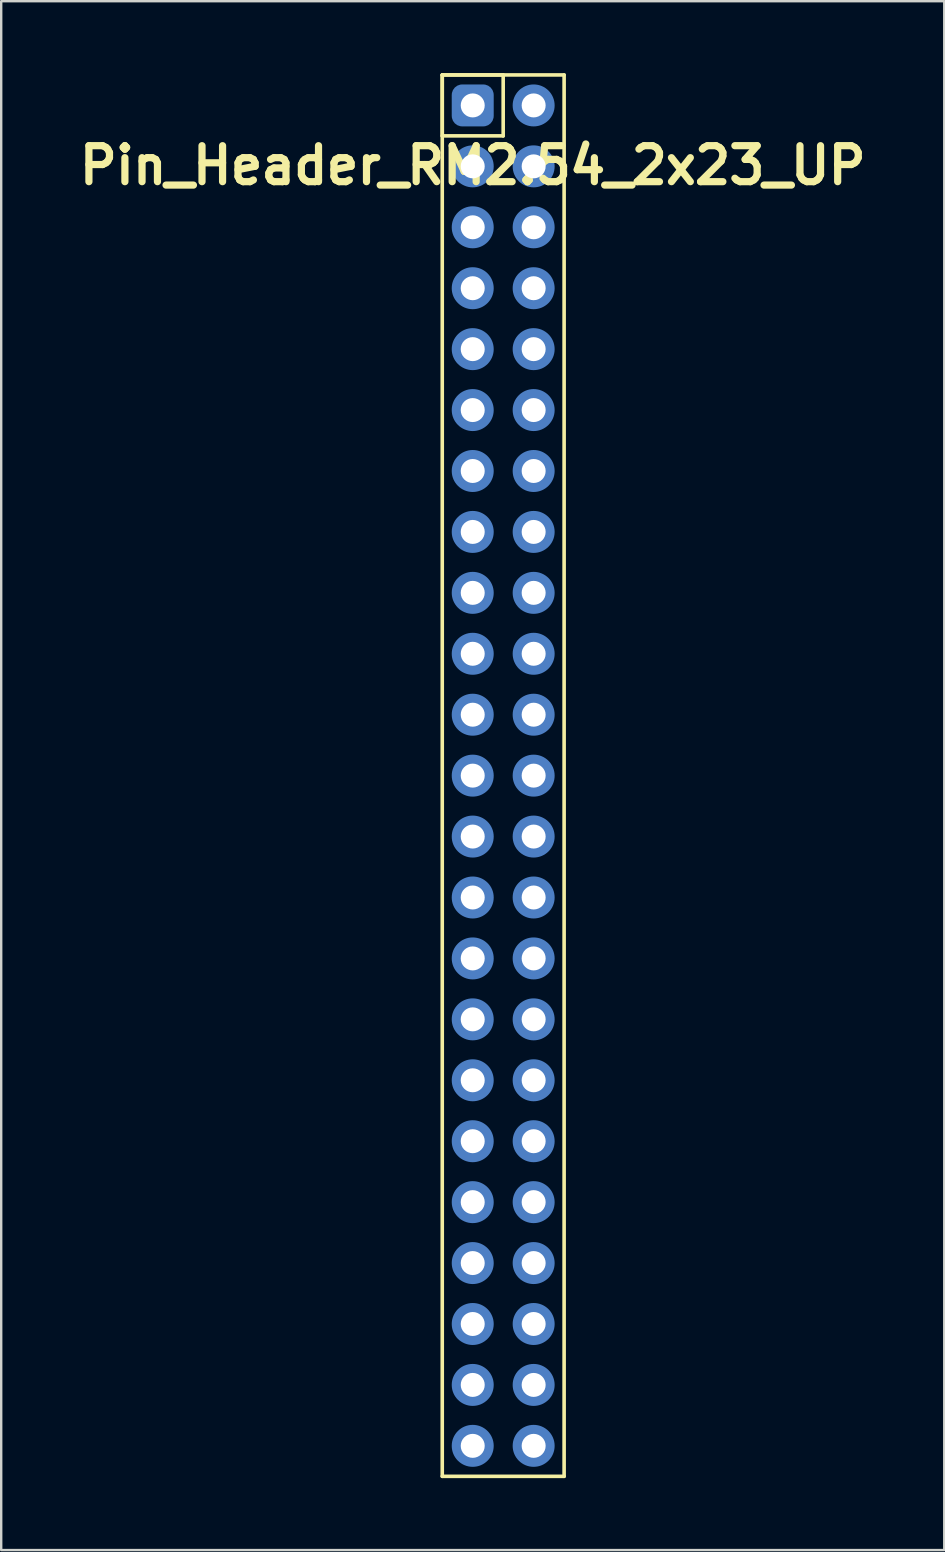
<source format=kicad_pcb>
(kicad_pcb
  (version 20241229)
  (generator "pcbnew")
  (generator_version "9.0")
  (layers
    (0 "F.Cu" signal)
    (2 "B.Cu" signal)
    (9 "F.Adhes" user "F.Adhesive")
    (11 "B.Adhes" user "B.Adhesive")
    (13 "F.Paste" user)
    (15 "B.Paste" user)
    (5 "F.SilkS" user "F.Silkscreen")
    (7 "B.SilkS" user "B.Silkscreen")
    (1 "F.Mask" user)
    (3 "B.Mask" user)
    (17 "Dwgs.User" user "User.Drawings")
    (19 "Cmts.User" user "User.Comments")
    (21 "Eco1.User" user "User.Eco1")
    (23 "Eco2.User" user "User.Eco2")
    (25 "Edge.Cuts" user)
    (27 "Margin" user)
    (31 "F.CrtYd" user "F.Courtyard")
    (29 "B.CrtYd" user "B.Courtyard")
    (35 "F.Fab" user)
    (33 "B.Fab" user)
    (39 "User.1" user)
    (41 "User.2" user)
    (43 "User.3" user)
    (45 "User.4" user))
  (footprint "Pin_Header_RM2.54_2x23_UP"
    (layer "F.Cu")
    (at 16.657 1.345)
    (property "Reference" "Pin_Header_RM2.54_2x23_UP" (at 0 2.5 0) (layer "F.SilkS") (effects (font (size 1.5 1.5) (thickness 0.3))))
    (attr through_hole)
    (fp_line (start -1.27 -1.27) (end 1.27 -1.27) (stroke (width 0.15) (type solid)) (layer "F.SilkS"))
    (fp_line (start -1.27 -1.27) (end 3.81 -1.27) (stroke (width 0.15) (type solid)) (layer "F.SilkS"))
    (fp_line (start -1.27 1.27) (end -1.27 -1.27) (stroke (width 0.15) (type solid)) (layer "F.SilkS"))
    (fp_line (start -1.27 57.15) (end -1.27 -1.27) (stroke (width 0.15) (type solid)) (layer "F.SilkS"))
    (fp_line (start 1.27 -1.27) (end 1.27 1.27) (stroke (width 0.15) (type solid)) (layer "F.SilkS"))
    (fp_line (start 1.27 1.27) (end -1.27 1.27) (stroke (width 0.15) (type solid)) (layer "F.SilkS"))
    (fp_line (start 3.81 -1.27) (end 3.81 57.15) (stroke (width 0.15) (type solid)) (layer "F.SilkS"))
    (fp_line (start 3.81 57.15) (end -1.27 57.15) (stroke (width 0.15) (type solid)) (layer "F.SilkS"))
    (pad "1" thru_hole circle (at 0 0) (size 1.3 1.3) (drill 1) (layers "*.Cu" "*.Mask"))
    (pad "1" smd roundrect (at 0 0) (size 1.5 1.5) (layers "F.Cu" "F.Mask") (roundrect_rratio 0.25))
    (pad "1" smd roundrect (at 0 0) (size 1.75 1.75) (layers "B.Cu" "B.Mask") (roundrect_rratio 0.25))
    (pad "2" thru_hole circle (at 2.54 0) (size 1.3 1.3) (drill 1) (layers "*.Cu" "*.Mask"))
    (pad "2" smd circle (at 2.54 0) (size 1.5 1.5) (layers "F.Cu" "F.Mask"))
    (pad "2" smd circle (at 2.54 0) (size 1.75 1.75) (layers "B.Cu" "B.Mask"))
    (pad "3" thru_hole circle (at 0 2.54) (size 1.3 1.3) (drill 1) (layers "*.Cu" "*.Mask"))
    (pad "3" smd circle (at 0 2.54) (size 1.5 1.5) (layers "F.Cu" "F.Mask"))
    (pad "3" smd circle (at 0 2.54) (size 1.75 1.75) (layers "B.Cu" "B.Mask"))
    (pad "4" thru_hole circle (at 2.54 2.54) (size 1.3 1.3) (drill 1) (layers "*.Cu" "*.Mask"))
    (pad "4" smd circle (at 2.54 2.54) (size 1.5 1.5) (layers "F.Cu" "F.Mask"))
    (pad "4" smd circle (at 2.54 2.54) (size 1.75 1.75) (layers "B.Cu" "B.Mask"))
    (pad "5" thru_hole circle (at 0 5.08) (size 1.3 1.3) (drill 1) (layers "*.Cu" "*.Mask"))
    (pad "5" smd circle (at 0 5.08) (size 1.5 1.5) (layers "F.Cu" "F.Mask"))
    (pad "5" smd circle (at 0 5.08) (size 1.75 1.75) (layers "B.Cu" "B.Mask"))
    (pad "6" thru_hole circle (at 2.54 5.08) (size 1.3 1.3) (drill 1) (layers "*.Cu" "*.Mask"))
    (pad "6" smd circle (at 2.54 5.08) (size 1.5 1.5) (layers "F.Cu" "F.Mask"))
    (pad "6" smd circle (at 2.54 5.08) (size 1.75 1.75) (layers "B.Cu" "B.Mask"))
    (pad "7" thru_hole circle (at 0 7.62) (size 1.3 1.3) (drill 1) (layers "*.Cu" "*.Mask"))
    (pad "7" smd circle (at 0 7.62) (size 1.5 1.5) (layers "F.Cu" "F.Mask"))
    (pad "7" smd circle (at 0 7.62) (size 1.75 1.75) (layers "B.Cu" "B.Mask"))
    (pad "8" thru_hole circle (at 2.54 7.62) (size 1.3 1.3) (drill 1) (layers "*.Cu" "*.Mask"))
    (pad "8" smd circle (at 2.54 7.62) (size 1.5 1.5) (layers "F.Cu" "F.Mask"))
    (pad "8" smd circle (at 2.54 7.62) (size 1.75 1.75) (layers "B.Cu" "B.Mask"))
    (pad "9" thru_hole circle (at 0 10.16) (size 1.3 1.3) (drill 1) (layers "*.Cu" "*.Mask"))
    (pad "9" smd circle (at 0 10.16) (size 1.5 1.5) (layers "F.Cu" "F.Mask"))
    (pad "9" smd circle (at 0 10.16) (size 1.75 1.75) (layers "B.Cu" "B.Mask"))
    (pad "10" thru_hole circle (at 2.54 10.16) (size 1.3 1.3) (drill 1) (layers "*.Cu" "*.Mask"))
    (pad "10" smd circle (at 2.54 10.16) (size 1.5 1.5) (layers "F.Cu" "F.Mask"))
    (pad "10" smd circle (at 2.54 10.16) (size 1.75 1.75) (layers "B.Cu" "B.Mask"))
    (pad "11" thru_hole circle (at 0 12.7) (size 1.3 1.3) (drill 1) (layers "*.Cu" "*.Mask"))
    (pad "11" smd circle (at 0 12.7) (size 1.5 1.5) (layers "F.Cu" "F.Mask"))
    (pad "11" smd circle (at 0 12.7) (size 1.75 1.75) (layers "B.Cu" "B.Mask"))
    (pad "12" thru_hole circle (at 2.54 12.7) (size 1.3 1.3) (drill 1) (layers "*.Cu" "*.Mask"))
    (pad "12" smd circle (at 2.54 12.7) (size 1.5 1.5) (layers "F.Cu" "F.Mask"))
    (pad "12" smd circle (at 2.54 12.7) (size 1.75 1.75) (layers "B.Cu" "B.Mask"))
    (pad "13" thru_hole circle (at 0 15.24) (size 1.3 1.3) (drill 1) (layers "*.Cu" "*.Mask"))
    (pad "13" smd circle (at 0 15.24) (size 1.5 1.5) (layers "F.Cu" "F.Mask"))
    (pad "13" smd circle (at 0 15.24) (size 1.75 1.75) (layers "B.Cu" "B.Mask"))
    (pad "14" thru_hole circle (at 2.54 15.24) (size 1.3 1.3) (drill 1) (layers "*.Cu" "*.Mask"))
    (pad "14" smd circle (at 2.54 15.24) (size 1.5 1.5) (layers "F.Cu" "F.Mask"))
    (pad "14" smd circle (at 2.54 15.24) (size 1.75 1.75) (layers "B.Cu" "B.Mask"))
    (pad "15" thru_hole circle (at 0 17.78) (size 1.3 1.3) (drill 1) (layers "*.Cu" "*.Mask"))
    (pad "15" smd circle (at 0 17.78) (size 1.5 1.5) (layers "F.Cu" "F.Mask"))
    (pad "15" smd circle (at 0 17.78) (size 1.75 1.75) (layers "B.Cu" "B.Mask"))
    (pad "16" thru_hole circle (at 2.54 17.78) (size 1.3 1.3) (drill 1) (layers "*.Cu" "*.Mask"))
    (pad "16" smd circle (at 2.54 17.78) (size 1.5 1.5) (layers "F.Cu" "F.Mask"))
    (pad "16" smd circle (at 2.54 17.78) (size 1.75 1.75) (layers "B.Cu" "B.Mask"))
    (pad "17" thru_hole circle (at 0 20.32) (size 1.3 1.3) (drill 1) (layers "*.Cu" "*.Mask"))
    (pad "17" smd circle (at 0 20.32) (size 1.5 1.5) (layers "F.Cu" "F.Mask"))
    (pad "17" smd circle (at 0 20.32) (size 1.75 1.75) (layers "B.Cu" "B.Mask"))
    (pad "18" thru_hole circle (at 2.54 20.32) (size 1.3 1.3) (drill 1) (layers "*.Cu" "*.Mask"))
    (pad "18" smd circle (at 2.54 20.32) (size 1.5 1.5) (layers "F.Cu" "F.Mask"))
    (pad "18" smd circle (at 2.54 20.32) (size 1.75 1.75) (layers "B.Cu" "B.Mask"))
    (pad "19" thru_hole circle (at 0 22.86) (size 1.3 1.3) (drill 1) (layers "*.Cu" "*.Mask"))
    (pad "19" smd circle (at 0 22.86) (size 1.5 1.5) (layers "F.Cu" "F.Mask"))
    (pad "19" smd circle (at 0 22.86) (size 1.75 1.75) (layers "B.Cu" "B.Mask"))
    (pad "20" thru_hole circle (at 2.54 22.86) (size 1.3 1.3) (drill 1) (layers "*.Cu" "*.Mask"))
    (pad "20" smd circle (at 2.54 22.86) (size 1.5 1.5) (layers "F.Cu" "F.Mask"))
    (pad "20" smd circle (at 2.54 22.86) (size 1.75 1.75) (layers "B.Cu" "B.Mask"))
    (pad "21" thru_hole circle (at 0 25.4) (size 1.3 1.3) (drill 1) (layers "*.Cu" "*.Mask"))
    (pad "21" smd circle (at 0 25.4) (size 1.5 1.5) (layers "F.Cu" "F.Mask"))
    (pad "21" smd circle (at 0 25.4) (size 1.75 1.75) (layers "B.Cu" "B.Mask"))
    (pad "22" thru_hole circle (at 2.54 25.4) (size 1.3 1.3) (drill 1) (layers "*.Cu" "*.Mask"))
    (pad "22" smd circle (at 2.54 25.4) (size 1.5 1.5) (layers "F.Cu" "F.Mask"))
    (pad "22" smd circle (at 2.54 25.4) (size 1.75 1.75) (layers "B.Cu" "B.Mask"))
    (pad "23" thru_hole circle (at 0 27.94) (size 1.3 1.3) (drill 1) (layers "*.Cu" "*.Mask"))
    (pad "23" smd circle (at 0 27.94) (size 1.5 1.5) (layers "F.Cu" "F.Mask"))
    (pad "23" smd circle (at 0 27.94) (size 1.75 1.75) (layers "B.Cu" "B.Mask"))
    (pad "24" thru_hole circle (at 2.54 27.94) (size 1.3 1.3) (drill 1) (layers "*.Cu" "*.Mask"))
    (pad "24" smd circle (at 2.54 27.94) (size 1.5 1.5) (layers "F.Cu" "F.Mask"))
    (pad "24" smd circle (at 2.54 27.94) (size 1.75 1.75) (layers "B.Cu" "B.Mask"))
    (pad "25" thru_hole circle (at 0 30.48) (size 1.3 1.3) (drill 1) (layers "*.Cu" "*.Mask"))
    (pad "25" smd circle (at 0 30.48) (size 1.5 1.5) (layers "F.Cu" "F.Mask"))
    (pad "25" smd circle (at 0 30.48) (size 1.75 1.75) (layers "B.Cu" "B.Mask"))
    (pad "26" thru_hole circle (at 2.54 30.48) (size 1.3 1.3) (drill 1) (layers "*.Cu" "*.Mask"))
    (pad "26" smd circle (at 2.54 30.48) (size 1.5 1.5) (layers "F.Cu" "F.Mask"))
    (pad "26" smd circle (at 2.54 30.48) (size 1.75 1.75) (layers "B.Cu" "B.Mask"))
    (pad "27" thru_hole circle (at 0 33.02) (size 1.3 1.3) (drill 1) (layers "*.Cu" "*.Mask"))
    (pad "27" smd circle (at 0 33.02) (size 1.5 1.5) (layers "F.Cu" "F.Mask"))
    (pad "27" smd circle (at 0 33.02) (size 1.75 1.75) (layers "B.Cu" "B.Mask"))
    (pad "28" thru_hole circle (at 2.54 33.02) (size 1.3 1.3) (drill 1) (layers "*.Cu" "*.Mask"))
    (pad "28" smd circle (at 2.54 33.02) (size 1.5 1.5) (layers "F.Cu" "F.Mask"))
    (pad "28" smd circle (at 2.54 33.02) (size 1.75 1.75) (layers "B.Cu" "B.Mask"))
    (pad "29" thru_hole circle (at 0 35.56) (size 1.3 1.3) (drill 1) (layers "*.Cu" "*.Mask"))
    (pad "29" smd circle (at 0 35.56) (size 1.5 1.5) (layers "F.Cu" "F.Mask"))
    (pad "29" smd circle (at 0 35.56) (size 1.75 1.75) (layers "B.Cu" "B.Mask"))
    (pad "30" thru_hole circle (at 2.54 35.56) (size 1.3 1.3) (drill 1) (layers "*.Cu" "*.Mask"))
    (pad "30" smd circle (at 2.54 35.56) (size 1.5 1.5) (layers "F.Cu" "F.Mask"))
    (pad "30" smd circle (at 2.54 35.56) (size 1.75 1.75) (layers "B.Cu" "B.Mask"))
    (pad "31" thru_hole circle (at 0 38.1) (size 1.3 1.3) (drill 1) (layers "*.Cu" "*.Mask"))
    (pad "31" smd circle (at 0 38.1) (size 1.5 1.5) (layers "F.Cu" "F.Mask"))
    (pad "31" smd circle (at 0 38.1) (size 1.75 1.75) (layers "B.Cu" "B.Mask"))
    (pad "32" thru_hole circle (at 2.54 38.1) (size 1.3 1.3) (drill 1) (layers "*.Cu" "*.Mask"))
    (pad "32" smd circle (at 2.54 38.1) (size 1.5 1.5) (layers "F.Cu" "F.Mask"))
    (pad "32" smd circle (at 2.54 38.1) (size 1.75 1.75) (layers "B.Cu" "B.Mask"))
    (pad "33" thru_hole circle (at 0 40.64) (size 1.3 1.3) (drill 1) (layers "*.Cu" "*.Mask"))
    (pad "33" smd circle (at 0 40.64) (size 1.5 1.5) (layers "F.Cu" "F.Mask"))
    (pad "33" smd circle (at 0 40.64) (size 1.75 1.75) (layers "B.Cu" "B.Mask"))
    (pad "34" thru_hole circle (at 2.54 40.64) (size 1.3 1.3) (drill 1) (layers "*.Cu" "*.Mask"))
    (pad "34" smd circle (at 2.54 40.64) (size 1.5 1.5) (layers "F.Cu" "F.Mask"))
    (pad "34" smd circle (at 2.54 40.64) (size 1.75 1.75) (layers "B.Cu" "B.Mask"))
    (pad "35" thru_hole circle (at 0 43.18) (size 1.3 1.3) (drill 1) (layers "*.Cu" "*.Mask"))
    (pad "35" smd circle (at 0 43.18) (size 1.5 1.5) (layers "F.Cu" "F.Mask"))
    (pad "35" smd circle (at 0 43.18) (size 1.75 1.75) (layers "B.Cu" "B.Mask"))
    (pad "36" thru_hole circle (at 2.54 43.18) (size 1.3 1.3) (drill 1) (layers "*.Cu" "*.Mask"))
    (pad "36" smd circle (at 2.54 43.18) (size 1.5 1.5) (layers "F.Cu" "F.Mask"))
    (pad "36" smd circle (at 2.54 43.18) (size 1.75 1.75) (layers "B.Cu" "B.Mask"))
    (pad "37" thru_hole circle (at 0 45.72) (size 1.3 1.3) (drill 1) (layers "*.Cu" "*.Mask"))
    (pad "37" smd circle (at 0 45.72) (size 1.5 1.5) (layers "F.Cu" "F.Mask"))
    (pad "37" smd circle (at 0 45.72) (size 1.75 1.75) (layers "B.Cu" "B.Mask"))
    (pad "38" thru_hole circle (at 2.54 45.72) (size 1.3 1.3) (drill 1) (layers "*.Cu" "*.Mask"))
    (pad "38" smd circle (at 2.54 45.72) (size 1.5 1.5) (layers "F.Cu" "F.Mask"))
    (pad "38" smd circle (at 2.54 45.72) (size 1.75 1.75) (layers "B.Cu" "B.Mask"))
    (pad "39" thru_hole circle (at 0 48.26) (size 1.3 1.3) (drill 1) (layers "*.Cu" "*.Mask"))
    (pad "39" smd circle (at 0 48.26) (size 1.5 1.5) (layers "F.Cu" "F.Mask"))
    (pad "39" smd circle (at 0 48.26) (size 1.75 1.75) (layers "B.Cu" "B.Mask"))
    (pad "40" thru_hole circle (at 2.54 48.26) (size 1.3 1.3) (drill 1) (layers "*.Cu" "*.Mask"))
    (pad "40" smd circle (at 2.54 48.26) (size 1.5 1.5) (layers "F.Cu" "F.Mask"))
    (pad "40" smd circle (at 2.54 48.26) (size 1.75 1.75) (layers "B.Cu" "B.Mask"))
    (pad "41" thru_hole circle (at 0 50.8) (size 1.3 1.3) (drill 1) (layers "*.Cu" "*.Mask"))
    (pad "41" smd circle (at 0 50.8) (size 1.5 1.5) (layers "F.Cu" "F.Mask"))
    (pad "41" smd circle (at 0 50.8) (size 1.75 1.75) (layers "B.Cu" "B.Mask"))
    (pad "42" thru_hole circle (at 2.54 50.8) (size 1.3 1.3) (drill 1) (layers "*.Cu" "*.Mask"))
    (pad "42" smd circle (at 2.54 50.8) (size 1.5 1.5) (layers "F.Cu" "F.Mask"))
    (pad "42" smd circle (at 2.54 50.8) (size 1.75 1.75) (layers "B.Cu" "B.Mask"))
    (pad "43" thru_hole circle (at 0 53.34) (size 1.3 1.3) (drill 1) (layers "*.Cu" "*.Mask"))
    (pad "43" smd circle (at 0 53.34) (size 1.5 1.5) (layers "F.Cu" "F.Mask"))
    (pad "43" smd circle (at 0 53.34) (size 1.75 1.75) (layers "B.Cu" "B.Mask"))
    (pad "44" thru_hole circle (at 2.54 53.34) (size 1.3 1.3) (drill 1) (layers "*.Cu" "*.Mask"))
    (pad "44" smd circle (at 2.54 53.34) (size 1.5 1.5) (layers "F.Cu" "F.Mask"))
    (pad "44" smd circle (at 2.54 53.34) (size 1.75 1.75) (layers "B.Cu" "B.Mask"))
    (pad "45" thru_hole circle (at 0 55.88) (size 1.3 1.3) (drill 1) (layers "*.Cu" "*.Mask"))
    (pad "45" smd circle (at 0 55.88) (size 1.5 1.5) (layers "F.Cu" "F.Mask"))
    (pad "45" smd circle (at 0 55.88) (size 1.75 1.75) (layers "B.Cu" "B.Mask"))
    (pad "46" thru_hole circle (at 2.54 55.88) (size 1.3 1.3) (drill 1) (layers "*.Cu" "*.Mask"))
    (pad "46" smd circle (at 2.54 55.88) (size 1.5 1.5) (layers "F.Cu" "F.Mask"))
    (pad "46" smd circle (at 2.54 55.88) (size 1.75 1.75) (layers "B.Cu" "B.Mask")))
  (gr_rect
    (start -3 -3)
    (end 36.314 61.57)
    (stroke (width 0.1) (type default))
    (fill no)
    (layer "Edge.Cuts")))
</source>
